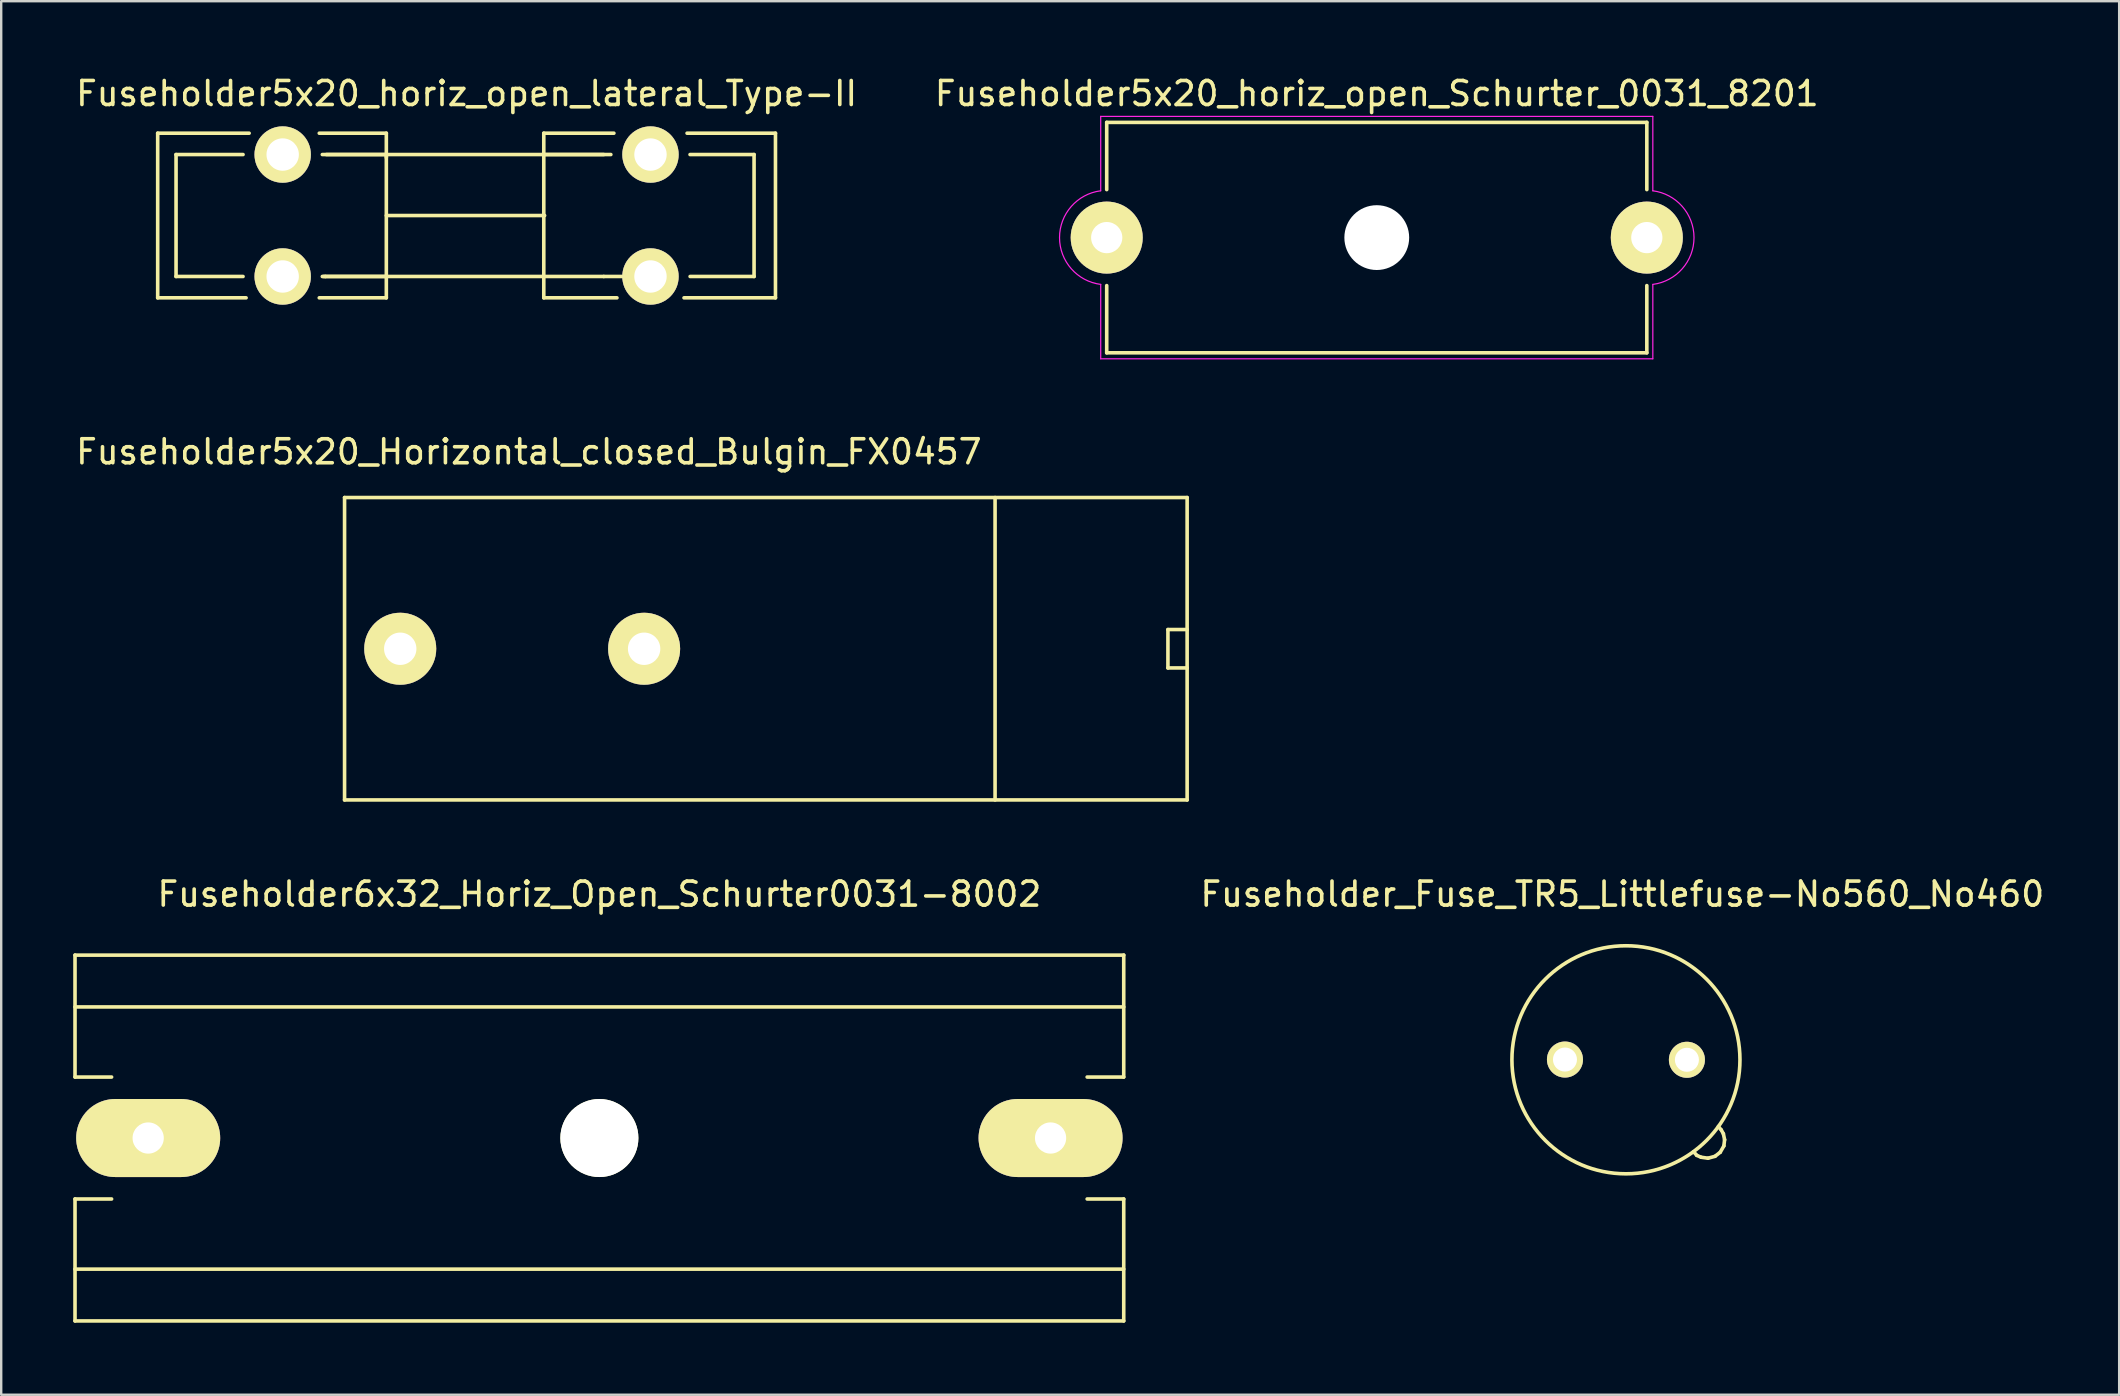
<source format=kicad_pcb>
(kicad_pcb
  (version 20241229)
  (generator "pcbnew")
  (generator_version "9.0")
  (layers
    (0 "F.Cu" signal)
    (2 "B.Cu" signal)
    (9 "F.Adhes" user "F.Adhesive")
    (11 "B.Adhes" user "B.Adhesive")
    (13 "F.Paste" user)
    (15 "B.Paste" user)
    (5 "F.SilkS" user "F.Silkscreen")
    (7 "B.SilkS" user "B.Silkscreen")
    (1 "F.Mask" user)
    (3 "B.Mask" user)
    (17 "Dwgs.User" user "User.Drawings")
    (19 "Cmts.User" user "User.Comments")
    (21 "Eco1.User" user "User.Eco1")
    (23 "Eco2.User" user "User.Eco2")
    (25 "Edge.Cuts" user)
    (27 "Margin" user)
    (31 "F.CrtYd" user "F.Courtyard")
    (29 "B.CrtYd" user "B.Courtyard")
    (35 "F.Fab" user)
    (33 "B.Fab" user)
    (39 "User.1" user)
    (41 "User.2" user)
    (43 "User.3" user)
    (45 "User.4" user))
  (footprint "Fuseholder5x20_horiz_open_Schurter_0031_8201"
    (layer "F.Cu")
    (at 43.054 6.848)
    (property "Reference" "Fuseholder5x20_horiz_open_Schurter_0031_8201" (at 11.25 -6 0) (layer "F.SilkS") (effects (font (size 1 1) (thickness 0.15))))
    (attr through_hole)
    (fp_line (start 0 -4.8) (end 22.5 -4.8) (stroke (width 0.15) (type solid)) (layer "F.SilkS"))
    (fp_line (start 0 -2) (end 0 -4.8) (stroke (width 0.15) (type solid)) (layer "F.SilkS"))
    (fp_line (start 0 4.8) (end 0 2) (stroke (width 0.15) (type solid)) (layer "F.SilkS"))
    (fp_line (start 0 4.8) (end 22.5 4.8) (stroke (width 0.15) (type solid)) (layer "F.SilkS"))
    (fp_line (start 22.5 -2) (end 22.5 -4.8) (stroke (width 0.15) (type solid)) (layer "F.SilkS"))
    (fp_line (start 22.5 4.8) (end 22.5 2) (stroke (width 0.15) (type solid)) (layer "F.SilkS"))
    (fp_line (start -0.25 -5.05) (end 22.75 -5.05) (stroke (width 0.05) (type solid)) (layer "F.CrtYd"))
    (fp_line (start -0.25 -1.95) (end -0.25 -5.05) (stroke (width 0.05) (type solid)) (layer "F.CrtYd"))
    (fp_line (start -0.25 5.05) (end -0.25 1.95) (stroke (width 0.05) (type solid)) (layer "F.CrtYd"))
    (fp_line (start 22.75 -1.95) (end 22.75 -5.05) (stroke (width 0.05) (type solid)) (layer "F.CrtYd"))
    (fp_line (start 22.75 1.95) (end 22.75 5.05) (stroke (width 0.05) (type solid)) (layer "F.CrtYd"))
    (fp_line (start 22.75 5.05) (end -0.25 5.05) (stroke (width 0.05) (type solid)) (layer "F.CrtYd"))
    (fp_arc (start -0.25 1.95) (mid -1.96596 0.001518) (end -0.253011 -1.949612) (stroke (width 0.05) (type solid)) (layer "F.CrtYd"))
    (fp_arc (start 22.75 -1.95) (mid 24.46596 -0.001518) (end 22.753011 1.949612) (stroke (width 0.05) (type solid)) (layer "F.CrtYd"))
    (pad "" np_thru_hole circle (at 11.25 0) (size 2.7 2.7) (drill 2.7) (layers "*.Cu" "*.Mask"))
    (pad "1" thru_hole circle (at 0 0) (size 3 3) (drill 1.3) (layers "*.Cu" "*.Mask" "F.SilkS"))
    (pad "2" thru_hole circle (at 22.5 0) (size 3 3) (drill 1.3) (layers "*.Cu" "*.Mask" "F.SilkS")))
  (footprint "Fuseholder5x20_horiz_open_lateral_Type-II"
    (layer "F.Cu")
    (at 16.387 5.928)
    (property "Reference" "Fuseholder5x20_horiz_open_lateral_Type-II" (at 0 -5.08 0) (layer "F.SilkS") (effects (font (size 1 1) (thickness 0.15))))
    (attr through_hole)
    (fp_line (start -12.868 -3.429) (end -12.868 3.429) (stroke (width 0.15) (type solid)) (layer "F.SilkS"))
    (fp_line (start -12.868 -3.429) (end -9.058 -3.429) (stroke (width 0.15) (type solid)) (layer "F.SilkS"))
    (fp_line (start -12.868 3.429) (end -9.185 3.429) (stroke (width 0.15) (type solid)) (layer "F.SilkS"))
    (fp_line (start -12.106 -2.54) (end -9.312 -2.54) (stroke (width 0.15) (type solid)) (layer "F.SilkS"))
    (fp_line (start -12.106 2.54) (end -9.312 2.54) (stroke (width 0.15) (type solid)) (layer "F.SilkS"))
    (fp_line (start -12.103 -2.54) (end -12.103 2.54) (stroke (width 0.15) (type solid)) (layer "F.SilkS"))
    (fp_line (start -5.883 2.54) (end -6.01 2.54) (stroke (width 0.15) (type solid)) (layer "F.SilkS"))
    (fp_line (start -5.883 2.54) (end -3.343 2.54) (stroke (width 0.15) (type solid)) (layer "F.SilkS"))
    (fp_line (start -5.842 -2.54) (end 5.715 -2.54) (stroke (width 0.15) (type solid)) (layer "F.SilkS"))
    (fp_line (start -3.343 -3.429) (end -6.137 -3.429) (stroke (width 0.15) (type solid)) (layer "F.SilkS"))
    (fp_line (start -3.343 -3.429) (end -3.343 -2.413) (stroke (width 0.15) (type solid)) (layer "F.SilkS"))
    (fp_line (start -3.343 -2.54) (end -6.01 -2.54) (stroke (width 0.15) (type solid)) (layer "F.SilkS"))
    (fp_line (start -3.343 0) (end -3.343 -2.54) (stroke (width 0.15) (type solid)) (layer "F.SilkS"))
    (fp_line (start -3.343 2.54) (end -3.343 0) (stroke (width 0.15) (type solid)) (layer "F.SilkS"))
    (fp_line (start -3.343 3.429) (end -6.137 3.429) (stroke (width 0.15) (type solid)) (layer "F.SilkS"))
    (fp_line (start -3.343 3.429) (end -3.343 2.54) (stroke (width 0.15) (type solid)) (layer "F.SilkS"))
    (fp_line (start 3.216 -3.429) (end 3.216 -2.54) (stroke (width 0.15) (type solid)) (layer "F.SilkS"))
    (fp_line (start 3.216 -3.429) (end 6.137 -3.429) (stroke (width 0.15) (type solid)) (layer "F.SilkS"))
    (fp_line (start 3.216 -2.54) (end 6.01 -2.54) (stroke (width 0.15) (type solid)) (layer "F.SilkS"))
    (fp_line (start 3.216 0) (end 3.216 -2.54) (stroke (width 0.15) (type solid)) (layer "F.SilkS"))
    (fp_line (start 3.216 2.54) (end 3.216 0) (stroke (width 0.15) (type solid)) (layer "F.SilkS"))
    (fp_line (start 3.216 3.429) (end 3.216 2.54) (stroke (width 0.15) (type solid)) (layer "F.SilkS"))
    (fp_line (start 3.216 3.429) (end 6.264 3.429) (stroke (width 0.15) (type solid)) (layer "F.SilkS"))
    (fp_line (start 3.251 0) (end -3.251 0) (stroke (width 0.15) (type solid)) (layer "F.SilkS"))
    (fp_line (start 5.715 2.54) (end -5.969 2.54) (stroke (width 0.15) (type solid)) (layer "F.SilkS"))
    (fp_line (start 5.715 2.54) (end 8.382 2.54) (stroke (width 0.15) (type solid)) (layer "F.SilkS"))
    (fp_line (start 11.976 -2.54) (end 9.309 -2.54) (stroke (width 0.15) (type solid)) (layer "F.SilkS"))
    (fp_line (start 11.976 -2.54) (end 11.976 2.54) (stroke (width 0.15) (type solid)) (layer "F.SilkS"))
    (fp_line (start 11.979 2.54) (end 9.312 2.54) (stroke (width 0.15) (type solid)) (layer "F.SilkS"))
    (fp_line (start 12.868 -3.429) (end 9.185 -3.429) (stroke (width 0.15) (type solid)) (layer "F.SilkS"))
    (fp_line (start 12.868 -3.429) (end 12.868 3.429) (stroke (width 0.15) (type solid)) (layer "F.SilkS"))
    (fp_line (start 12.868 3.429) (end 9.058 3.429) (stroke (width 0.15) (type solid)) (layer "F.SilkS"))
    (pad "1" thru_hole circle (at -7.661 -2.54) (size 2.349 2.349) (drill 1.349) (layers "*.Cu" "*.Mask" "F.SilkS"))
    (pad "1" thru_hole circle (at -7.661 2.54) (size 2.349 2.349) (drill 1.349) (layers "*.Cu" "*.Mask" "F.SilkS"))
    (pad "2" thru_hole circle (at 7.661 -2.54) (size 2.349 2.349) (drill 1.349) (layers "*.Cu" "*.Mask" "F.SilkS"))
    (pad "2" thru_hole circle (at 7.661 2.54) (size 2.349 2.349) (drill 1.349) (layers "*.Cu" "*.Mask" "F.SilkS")))
  (footprint "Fuseholder6x32_Horiz_Open_Schurter0031-8002"
    (layer "F.Cu")
    (at 21.919 44.358)
    (property "Reference" "Fuseholder6x32_Horiz_Open_Schurter0031-8002" (at 0 -10.16 0) (layer "F.SilkS") (effects (font (size 1 1) (thickness 0.15))))
    (attr through_hole)
    (fp_line (start -21.844 -7.62) (end -21.844 -2.54) (stroke (width 0.15) (type solid)) (layer "F.SilkS"))
    (fp_line (start -21.844 -7.62) (end 21.844 -7.62) (stroke (width 0.15) (type solid)) (layer "F.SilkS"))
    (fp_line (start -21.844 -5.461) (end 21.844 -5.461) (stroke (width 0.15) (type solid)) (layer "F.SilkS"))
    (fp_line (start -21.844 -2.54) (end -20.32 -2.54) (stroke (width 0.15) (type solid)) (layer "F.SilkS"))
    (fp_line (start -21.844 2.54) (end -21.844 7.62) (stroke (width 0.15) (type solid)) (layer "F.SilkS"))
    (fp_line (start -20.32 2.54) (end -21.844 2.54) (stroke (width 0.15) (type solid)) (layer "F.SilkS"))
    (fp_line (start 20.32 2.54) (end 21.844 2.54) (stroke (width 0.15) (type solid)) (layer "F.SilkS"))
    (fp_line (start 21.844 -7.62) (end 21.844 -2.54) (stroke (width 0.15) (type solid)) (layer "F.SilkS"))
    (fp_line (start 21.844 -2.54) (end 20.32 -2.54) (stroke (width 0.15) (type solid)) (layer "F.SilkS"))
    (fp_line (start 21.844 2.54) (end 21.844 7.62) (stroke (width 0.15) (type solid)) (layer "F.SilkS"))
    (fp_line (start 21.844 5.461) (end -21.844 5.461) (stroke (width 0.15) (type solid)) (layer "F.SilkS"))
    (fp_line (start 21.844 7.62) (end -21.844 7.62) (stroke (width 0.15) (type solid)) (layer "F.SilkS"))
    (pad "" np_thru_hole circle (at 0 0) (size 3.251 3.251) (drill 3.251) (layers "*.Cu" "*.Mask" "F.SilkS"))
    (pad "1" thru_hole oval (at -18.796 0 90) (size 3.251 5.999) (drill 1.3) (layers "*.Cu" "*.Mask" "F.SilkS"))
    (pad "2" thru_hole oval (at 18.796 0 90) (size 3.251 5.999) (drill 1.3) (layers "*.Cu" "*.Mask" "F.SilkS")))
  (footprint "Fuseholder_Fuse_TR5_Littlefuse-No560_No460"
    (layer "F.Cu")
    (at 64.684 41.089)
    (property "Reference" "Fuseholder_Fuse_TR5_Littlefuse-No560_No460" (at -0.15 -6.891 0) (layer "F.SilkS") (effects (font (size 1 1) (thickness 0.15))))
    (attr through_hole)
    (fp_line (start 2.949 3.99) (end 2.819 3.84) (stroke (width 0.15) (type solid)) (layer "F.SilkS"))
    (fp_line (start 3.129 4.069) (end 2.949 3.99) (stroke (width 0.15) (type solid)) (layer "F.SilkS"))
    (fp_line (start 3.419 4.11) (end 3.129 4.069) (stroke (width 0.15) (type solid)) (layer "F.SilkS"))
    (fp_line (start 3.711 4.031) (end 3.419 4.11) (stroke (width 0.15) (type solid)) (layer "F.SilkS"))
    (fp_line (start 3.851 2.789) (end 3.97 2.931) (stroke (width 0.15) (type solid)) (layer "F.SilkS"))
    (fp_line (start 3.929 3.861) (end 3.711 4.031) (stroke (width 0.15) (type solid)) (layer "F.SilkS"))
    (fp_line (start 3.97 2.931) (end 4.059 3.091) (stroke (width 0.15) (type solid)) (layer "F.SilkS"))
    (fp_line (start 4.059 3.091) (end 4.11 3.34) (stroke (width 0.15) (type solid)) (layer "F.SilkS"))
    (fp_line (start 4.079 3.599) (end 3.929 3.861) (stroke (width 0.15) (type solid)) (layer "F.SilkS"))
    (fp_line (start 4.11 3.34) (end 4.079 3.599) (stroke (width 0.15) (type solid)) (layer "F.SilkS"))
    (fp_circle (center 0 0.01) (end 4.75 0.01) (stroke (width 0.15) (type solid)) (fill no) (layer "F.SilkS"))
    (pad "1" thru_hole circle (at -2.54 0) (size 1.501 1.501) (drill 1.001) (layers "*.Cu" "*.Mask" "F.SilkS"))
    (pad "2" thru_hole circle (at 2.54 0.01) (size 1.501 1.501) (drill 1.001) (layers "*.Cu" "*.Mask" "F.SilkS")))
  (footprint "Fuseholder5x20_Horizontal_closed_Bulgin_FX0457"
    (layer "F.Cu")
    (at 18.703 23.976)
    (property "Reference" "Fuseholder5x20_Horizontal_closed_Bulgin_FX0457" (at 0.279 -8.204 0) (layer "F.SilkS") (effects (font (size 1 1) (thickness 0.15))))
    (attr through_hole)
    (fp_line (start -7.399 6.299) (end -7.399 -6.299) (stroke (width 0.15) (type solid)) (layer "F.SilkS"))
    (fp_line (start -7.399 6.299) (end 27.701 6.299) (stroke (width 0.15) (type solid)) (layer "F.SilkS"))
    (fp_line (start 19.7 6.299) (end 19.7 -6.299) (stroke (width 0.15) (type solid)) (layer "F.SilkS"))
    (fp_line (start 26.901 -0.8) (end 26.901 0.8) (stroke (width 0.15) (type solid)) (layer "F.SilkS"))
    (fp_line (start 26.901 0.8) (end 27.701 0.8) (stroke (width 0.15) (type solid)) (layer "F.SilkS"))
    (fp_line (start 27.701 -6.299) (end -7.399 -6.299) (stroke (width 0.15) (type solid)) (layer "F.SilkS"))
    (fp_line (start 27.701 -0.8) (end 26.901 -0.8) (stroke (width 0.15) (type solid)) (layer "F.SilkS"))
    (fp_line (start 27.701 6.299) (end 27.701 -6.299) (stroke (width 0.15) (type solid)) (layer "F.SilkS"))
    (pad "1" thru_hole circle (at -5.08 0) (size 3 3) (drill 1.349) (layers "*.Cu" "*.Mask" "F.SilkS"))
    (pad "2" thru_hole circle (at 5.08 0) (size 3 3) (drill 1.349) (layers "*.Cu" "*.Mask" "F.SilkS")))
  (gr_rect
    (start -3 -3)
    (end 85.231 55.053)
    (stroke (width 0.1) (type default))
    (fill no)
    (layer "Edge.Cuts")))
</source>
